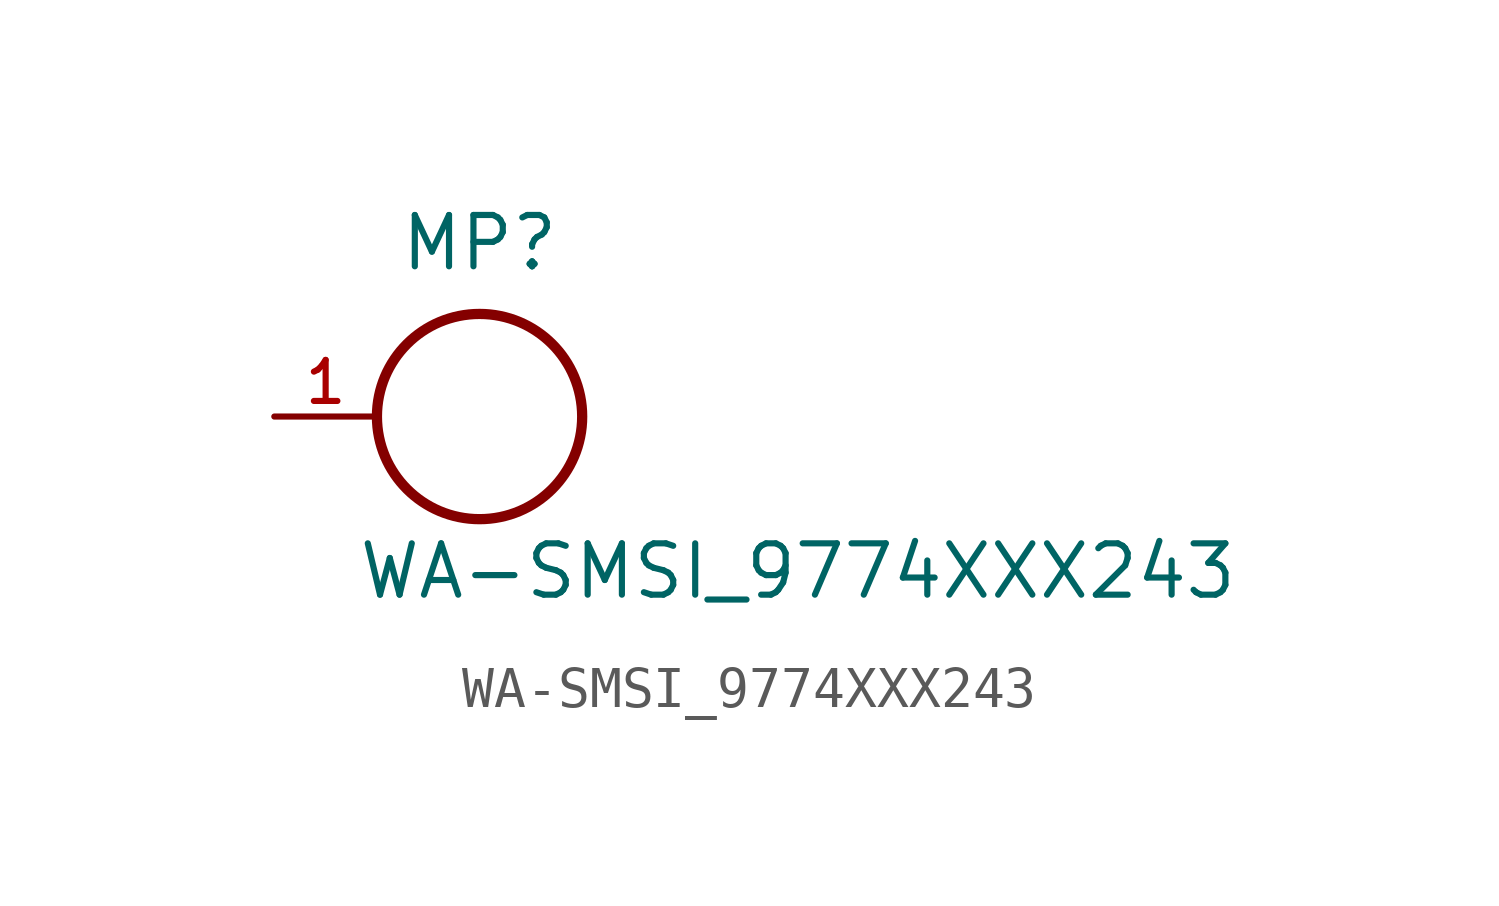
<source format=kicad_sym>
(kicad_symbol_lib
  (version 20211014)
  (generator kicad_symbol_editor)
  (symbol "WA-SMSI_9774XXX243"
    (pin_names
      (offset 1.016))
    (property "Reference" "MP"
      (at 0.0 3.556 0)
      (effects (font (size 1.27 1.27)) (justify bottom)))
    (property "Value" "WA-SMSI_9774XXX243"
      (at -3.048 -4.572 0)
      (effects (font (size 1.27 1.27)) (justify bottom left)))
    (symbol "WA-SMSI_9774XXX243_0_0"
      (circle (center 0.0 0.0) (radius 2.54) (stroke (width 0.254)) (fill (type none)))
      (pin passive line (at -5.08 0.0 0) (length 2.54) (name "~" (effects (font (size 1.016 1.016)))) (number "1" (effects (font (size 1.016 1.016))))))))
</source>
